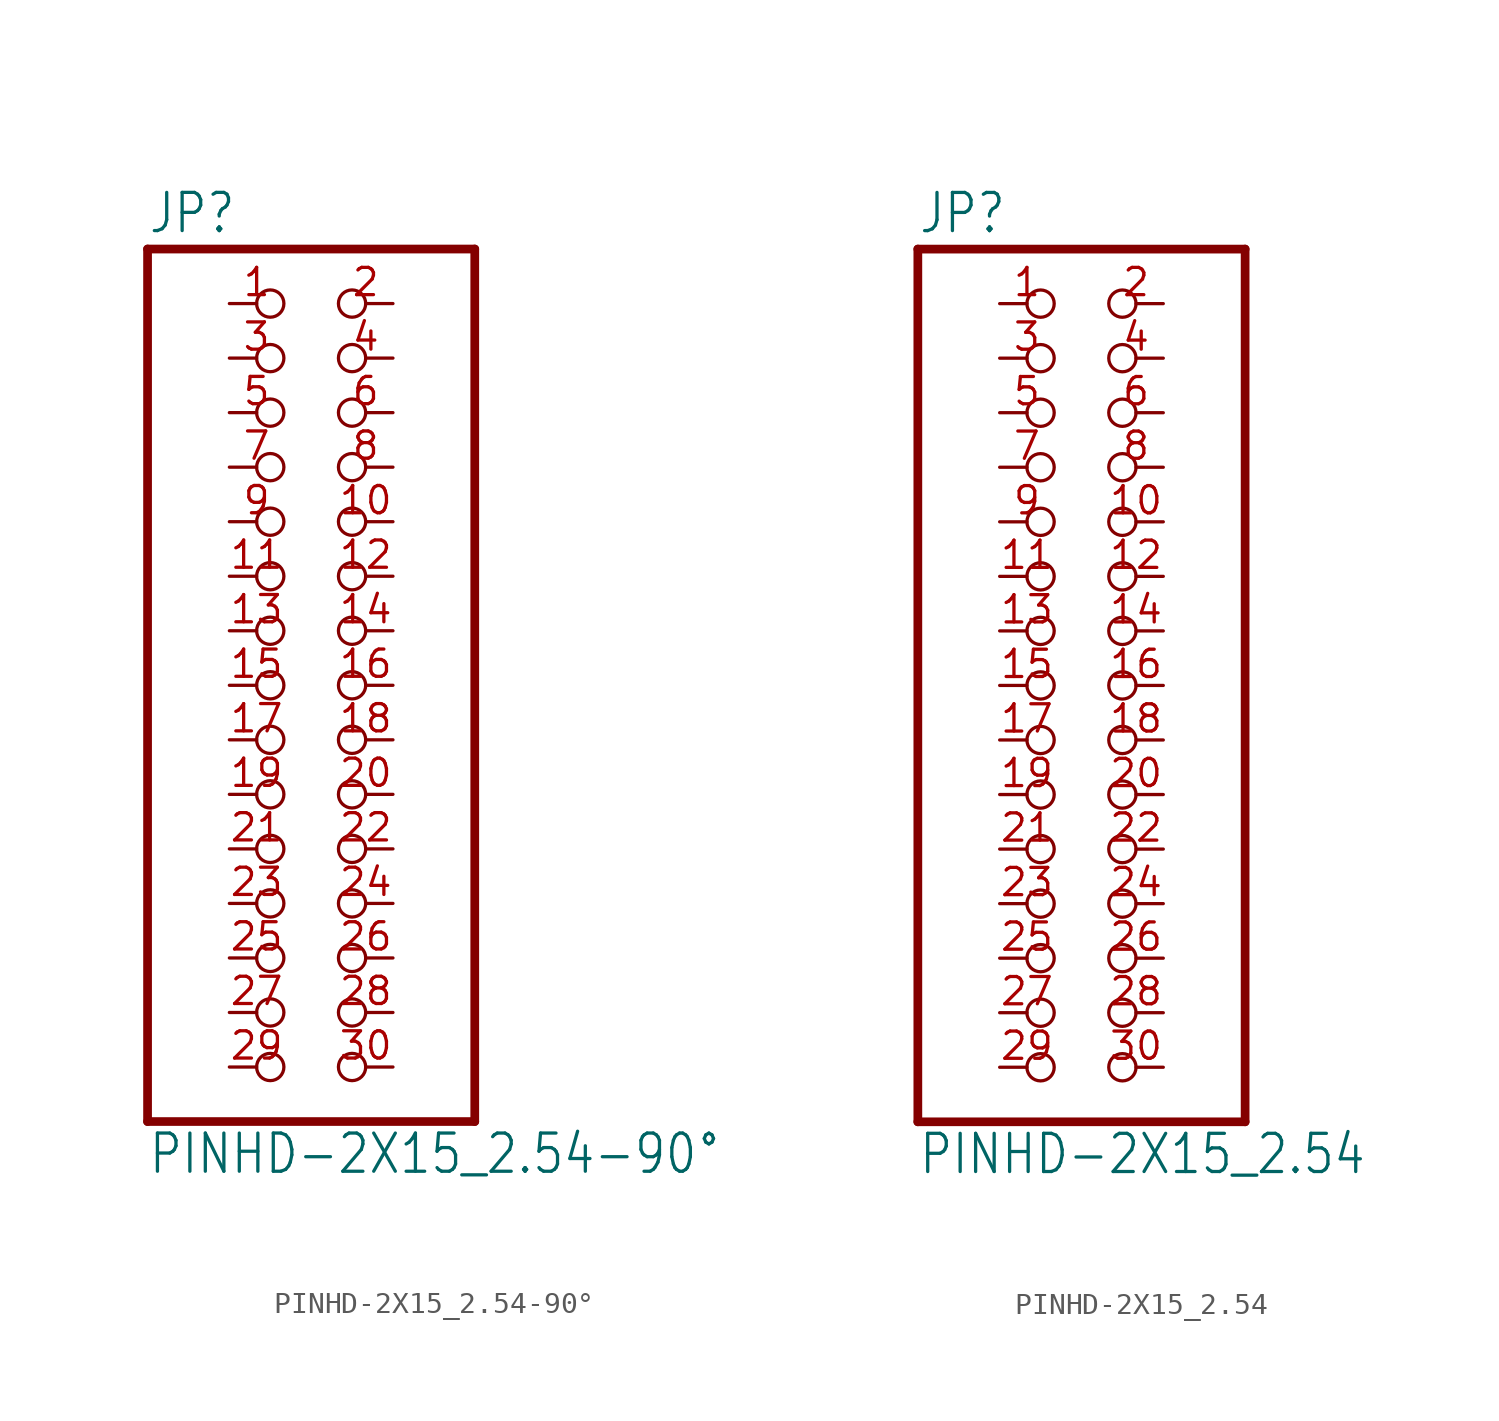
<source format=kicad_sym>
(kicad_symbol_lib
  (version 20211014)
  (generator kicad_symbol_editor)
  (symbol "PINHD-2X15_2.54-90°"
    (property "Reference" "JP"
      (at -6.35 20.955 0)
      (effects (font (size 1.778 1.511)) (justify left bottom)))
    (property "Value" "PINHD-2X15_2.54-90°"
      (at -6.35 -22.86 0)
      (effects (font (size 1.778 1.511)) (justify left bottom)))
    (property "ki_locked" ""
      (at 0 0 0)
      (effects (font (size 1.27 1.27))))
    (symbol "PINHD-2X15_2.54-90°_1_0"
      (polyline (pts (xy -6.35 -20.32) (xy 8.89 -20.32)) (stroke (width 0.406) (type default) (color 0 0 0 0)) (fill (type none)))
      (polyline (pts (xy -6.35 20.32) (xy -6.35 -20.32)) (stroke (width 0.406) (type default) (color 0 0 0 0)) (fill (type none)))
      (polyline (pts (xy 8.89 -20.32) (xy 8.89 20.32)) (stroke (width 0.406) (type default) (color 0 0 0 0)) (fill (type none)))
      (polyline (pts (xy 8.89 20.32) (xy -6.35 20.32)) (stroke (width 0.406) (type default) (color 0 0 0 0)) (fill (type none)))
      (pin passive inverted (at -2.54 17.78 0) (length 2.54) (name "1" (effects (font (size 0 0)))) (number "1" (effects (font (size 1.27 1.27)))))
      (pin passive inverted (at 5.08 7.62 180) (length 2.54) (name "10" (effects (font (size 0 0)))) (number "10" (effects (font (size 1.27 1.27)))))
      (pin passive inverted (at -2.54 5.08 0) (length 2.54) (name "11" (effects (font (size 0 0)))) (number "11" (effects (font (size 1.27 1.27)))))
      (pin passive inverted (at 5.08 5.08 180) (length 2.54) (name "12" (effects (font (size 0 0)))) (number "12" (effects (font (size 1.27 1.27)))))
      (pin passive inverted (at -2.54 2.54 0) (length 2.54) (name "13" (effects (font (size 0 0)))) (number "13" (effects (font (size 1.27 1.27)))))
      (pin passive inverted (at 5.08 2.54 180) (length 2.54) (name "14" (effects (font (size 0 0)))) (number "14" (effects (font (size 1.27 1.27)))))
      (pin passive inverted (at -2.54 0 0) (length 2.54) (name "15" (effects (font (size 0 0)))) (number "15" (effects (font (size 1.27 1.27)))))
      (pin passive inverted (at 5.08 0 180) (length 2.54) (name "16" (effects (font (size 0 0)))) (number "16" (effects (font (size 1.27 1.27)))))
      (pin passive inverted (at -2.54 -2.54 0) (length 2.54) (name "17" (effects (font (size 0 0)))) (number "17" (effects (font (size 1.27 1.27)))))
      (pin passive inverted (at 5.08 -2.54 180) (length 2.54) (name "18" (effects (font (size 0 0)))) (number "18" (effects (font (size 1.27 1.27)))))
      (pin passive inverted (at -2.54 -5.08 0) (length 2.54) (name "19" (effects (font (size 0 0)))) (number "19" (effects (font (size 1.27 1.27)))))
      (pin passive inverted (at 5.08 17.78 180) (length 2.54) (name "2" (effects (font (size 0 0)))) (number "2" (effects (font (size 1.27 1.27)))))
      (pin passive inverted (at 5.08 -5.08 180) (length 2.54) (name "20" (effects (font (size 0 0)))) (number "20" (effects (font (size 1.27 1.27)))))
      (pin passive inverted (at -2.54 -7.62 0) (length 2.54) (name "21" (effects (font (size 0 0)))) (number "21" (effects (font (size 1.27 1.27)))))
      (pin passive inverted (at 5.08 -7.62 180) (length 2.54) (name "22" (effects (font (size 0 0)))) (number "22" (effects (font (size 1.27 1.27)))))
      (pin passive inverted (at -2.54 -10.16 0) (length 2.54) (name "23" (effects (font (size 0 0)))) (number "23" (effects (font (size 1.27 1.27)))))
      (pin passive inverted (at 5.08 -10.16 180) (length 2.54) (name "24" (effects (font (size 0 0)))) (number "24" (effects (font (size 1.27 1.27)))))
      (pin passive inverted (at -2.54 -12.7 0) (length 2.54) (name "25" (effects (font (size 0 0)))) (number "25" (effects (font (size 1.27 1.27)))))
      (pin passive inverted (at 5.08 -12.7 180) (length 2.54) (name "26" (effects (font (size 0 0)))) (number "26" (effects (font (size 1.27 1.27)))))
      (pin passive inverted (at -2.54 -15.24 0) (length 2.54) (name "27" (effects (font (size 0 0)))) (number "27" (effects (font (size 1.27 1.27)))))
      (pin passive inverted (at 5.08 -15.24 180) (length 2.54) (name "28" (effects (font (size 0 0)))) (number "28" (effects (font (size 1.27 1.27)))))
      (pin passive inverted (at -2.54 -17.78 0) (length 2.54) (name "29" (effects (font (size 0 0)))) (number "29" (effects (font (size 1.27 1.27)))))
      (pin passive inverted (at -2.54 15.24 0) (length 2.54) (name "3" (effects (font (size 0 0)))) (number "3" (effects (font (size 1.27 1.27)))))
      (pin passive inverted (at 5.08 -17.78 180) (length 2.54) (name "30" (effects (font (size 0 0)))) (number "30" (effects (font (size 1.27 1.27)))))
      (pin passive inverted (at 5.08 15.24 180) (length 2.54) (name "4" (effects (font (size 0 0)))) (number "4" (effects (font (size 1.27 1.27)))))
      (pin passive inverted (at -2.54 12.7 0) (length 2.54) (name "5" (effects (font (size 0 0)))) (number "5" (effects (font (size 1.27 1.27)))))
      (pin passive inverted (at 5.08 12.7 180) (length 2.54) (name "6" (effects (font (size 0 0)))) (number "6" (effects (font (size 1.27 1.27)))))
      (pin passive inverted (at -2.54 10.16 0) (length 2.54) (name "7" (effects (font (size 0 0)))) (number "7" (effects (font (size 1.27 1.27)))))
      (pin passive inverted (at 5.08 10.16 180) (length 2.54) (name "8" (effects (font (size 0 0)))) (number "8" (effects (font (size 1.27 1.27)))))
      (pin passive inverted (at -2.54 7.62 0) (length 2.54) (name "9" (effects (font (size 0 0)))) (number "9" (effects (font (size 1.27 1.27)))))))
  (symbol "PINHD-2X15_2.54"
    (property "Reference" "JP"
      (at -6.35 20.955 0)
      (effects (font (size 1.778 1.511)) (justify left bottom)))
    (property "Value" "PINHD-2X15_2.54"
      (at -6.35 -22.86 0)
      (effects (font (size 1.778 1.511)) (justify left bottom)))
    (property "ki_locked" ""
      (at 0 0 0)
      (effects (font (size 1.27 1.27))))
    (symbol "PINHD-2X15_2.54_1_0"
      (polyline (pts (xy -6.35 -20.32) (xy 8.89 -20.32)) (stroke (width 0.406) (type default) (color 0 0 0 0)) (fill (type none)))
      (polyline (pts (xy -6.35 20.32) (xy -6.35 -20.32)) (stroke (width 0.406) (type default) (color 0 0 0 0)) (fill (type none)))
      (polyline (pts (xy 8.89 -20.32) (xy 8.89 20.32)) (stroke (width 0.406) (type default) (color 0 0 0 0)) (fill (type none)))
      (polyline (pts (xy 8.89 20.32) (xy -6.35 20.32)) (stroke (width 0.406) (type default) (color 0 0 0 0)) (fill (type none)))
      (pin passive inverted (at -2.54 17.78 0) (length 2.54) (name "1" (effects (font (size 0 0)))) (number "1" (effects (font (size 1.27 1.27)))))
      (pin passive inverted (at 5.08 7.62 180) (length 2.54) (name "10" (effects (font (size 0 0)))) (number "10" (effects (font (size 1.27 1.27)))))
      (pin passive inverted (at -2.54 5.08 0) (length 2.54) (name "11" (effects (font (size 0 0)))) (number "11" (effects (font (size 1.27 1.27)))))
      (pin passive inverted (at 5.08 5.08 180) (length 2.54) (name "12" (effects (font (size 0 0)))) (number "12" (effects (font (size 1.27 1.27)))))
      (pin passive inverted (at -2.54 2.54 0) (length 2.54) (name "13" (effects (font (size 0 0)))) (number "13" (effects (font (size 1.27 1.27)))))
      (pin passive inverted (at 5.08 2.54 180) (length 2.54) (name "14" (effects (font (size 0 0)))) (number "14" (effects (font (size 1.27 1.27)))))
      (pin passive inverted (at -2.54 0 0) (length 2.54) (name "15" (effects (font (size 0 0)))) (number "15" (effects (font (size 1.27 1.27)))))
      (pin passive inverted (at 5.08 0 180) (length 2.54) (name "16" (effects (font (size 0 0)))) (number "16" (effects (font (size 1.27 1.27)))))
      (pin passive inverted (at -2.54 -2.54 0) (length 2.54) (name "17" (effects (font (size 0 0)))) (number "17" (effects (font (size 1.27 1.27)))))
      (pin passive inverted (at 5.08 -2.54 180) (length 2.54) (name "18" (effects (font (size 0 0)))) (number "18" (effects (font (size 1.27 1.27)))))
      (pin passive inverted (at -2.54 -5.08 0) (length 2.54) (name "19" (effects (font (size 0 0)))) (number "19" (effects (font (size 1.27 1.27)))))
      (pin passive inverted (at 5.08 17.78 180) (length 2.54) (name "2" (effects (font (size 0 0)))) (number "2" (effects (font (size 1.27 1.27)))))
      (pin passive inverted (at 5.08 -5.08 180) (length 2.54) (name "20" (effects (font (size 0 0)))) (number "20" (effects (font (size 1.27 1.27)))))
      (pin passive inverted (at -2.54 -7.62 0) (length 2.54) (name "21" (effects (font (size 0 0)))) (number "21" (effects (font (size 1.27 1.27)))))
      (pin passive inverted (at 5.08 -7.62 180) (length 2.54) (name "22" (effects (font (size 0 0)))) (number "22" (effects (font (size 1.27 1.27)))))
      (pin passive inverted (at -2.54 -10.16 0) (length 2.54) (name "23" (effects (font (size 0 0)))) (number "23" (effects (font (size 1.27 1.27)))))
      (pin passive inverted (at 5.08 -10.16 180) (length 2.54) (name "24" (effects (font (size 0 0)))) (number "24" (effects (font (size 1.27 1.27)))))
      (pin passive inverted (at -2.54 -12.7 0) (length 2.54) (name "25" (effects (font (size 0 0)))) (number "25" (effects (font (size 1.27 1.27)))))
      (pin passive inverted (at 5.08 -12.7 180) (length 2.54) (name "26" (effects (font (size 0 0)))) (number "26" (effects (font (size 1.27 1.27)))))
      (pin passive inverted (at -2.54 -15.24 0) (length 2.54) (name "27" (effects (font (size 0 0)))) (number "27" (effects (font (size 1.27 1.27)))))
      (pin passive inverted (at 5.08 -15.24 180) (length 2.54) (name "28" (effects (font (size 0 0)))) (number "28" (effects (font (size 1.27 1.27)))))
      (pin passive inverted (at -2.54 -17.78 0) (length 2.54) (name "29" (effects (font (size 0 0)))) (number "29" (effects (font (size 1.27 1.27)))))
      (pin passive inverted (at -2.54 15.24 0) (length 2.54) (name "3" (effects (font (size 0 0)))) (number "3" (effects (font (size 1.27 1.27)))))
      (pin passive inverted (at 5.08 -17.78 180) (length 2.54) (name "30" (effects (font (size 0 0)))) (number "30" (effects (font (size 1.27 1.27)))))
      (pin passive inverted (at 5.08 15.24 180) (length 2.54) (name "4" (effects (font (size 0 0)))) (number "4" (effects (font (size 1.27 1.27)))))
      (pin passive inverted (at -2.54 12.7 0) (length 2.54) (name "5" (effects (font (size 0 0)))) (number "5" (effects (font (size 1.27 1.27)))))
      (pin passive inverted (at 5.08 12.7 180) (length 2.54) (name "6" (effects (font (size 0 0)))) (number "6" (effects (font (size 1.27 1.27)))))
      (pin passive inverted (at -2.54 10.16 0) (length 2.54) (name "7" (effects (font (size 0 0)))) (number "7" (effects (font (size 1.27 1.27)))))
      (pin passive inverted (at 5.08 10.16 180) (length 2.54) (name "8" (effects (font (size 0 0)))) (number "8" (effects (font (size 1.27 1.27)))))
      (pin passive inverted (at -2.54 7.62 0) (length 2.54) (name "9" (effects (font (size 0 0)))) (number "9" (effects (font (size 1.27 1.27))))))))
</source>
